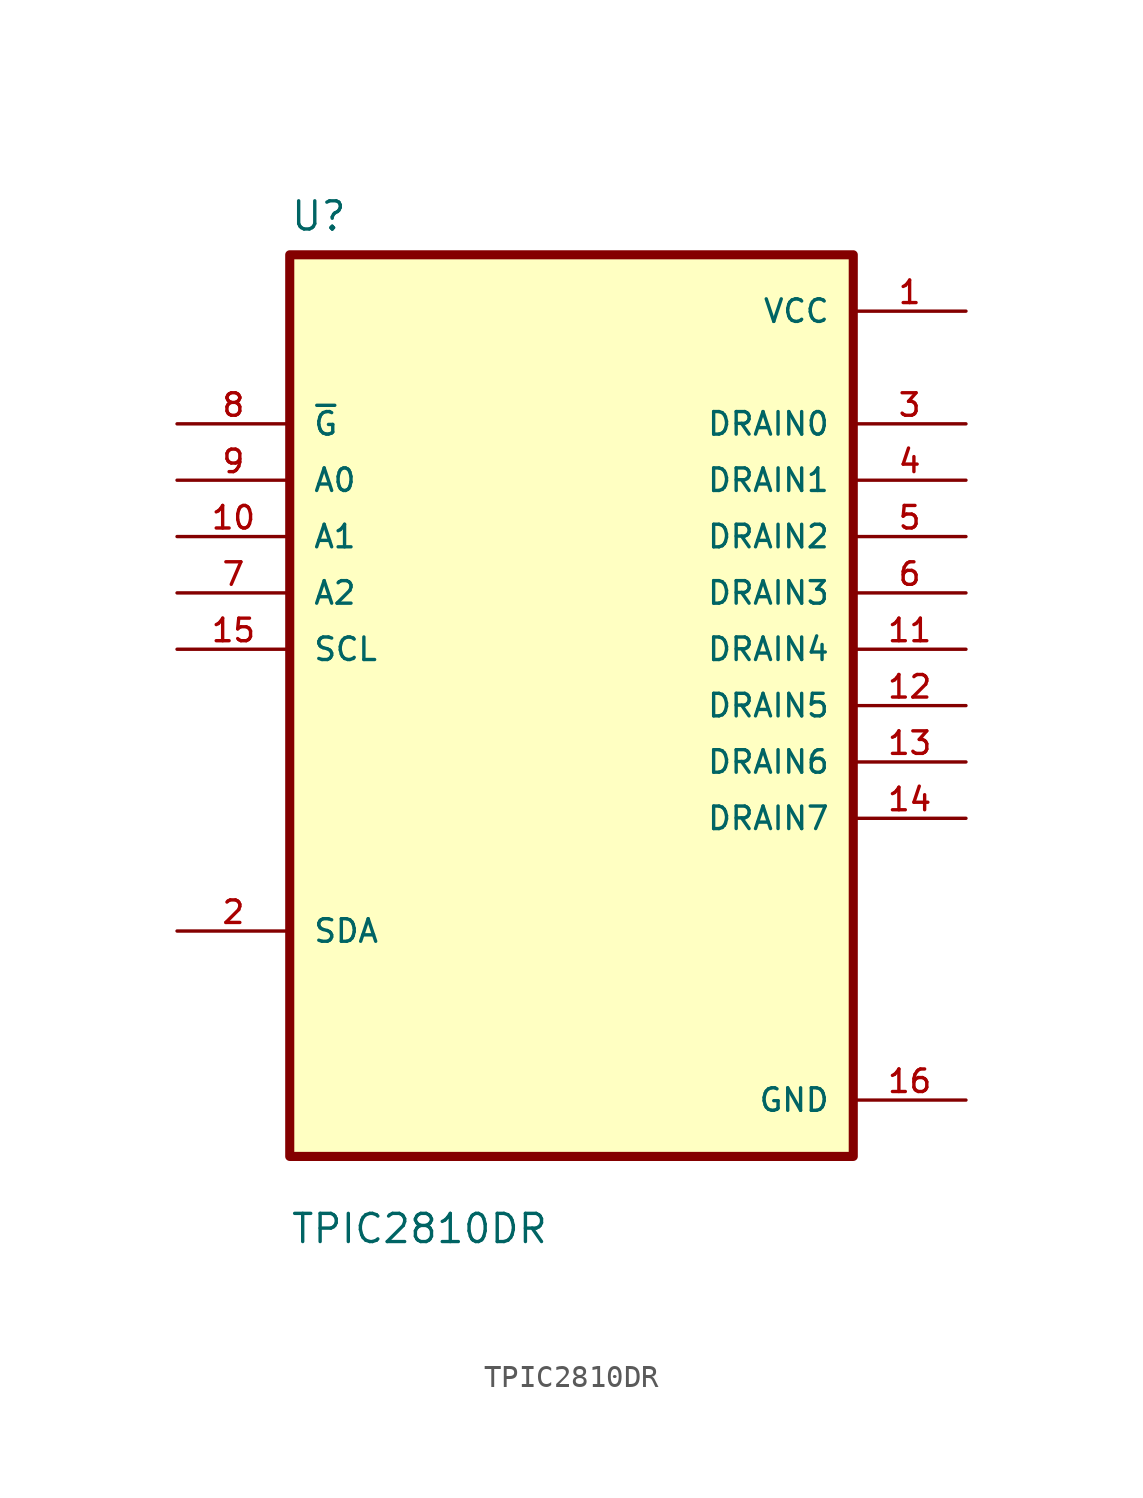
<source format=kicad_sym>
(kicad_symbol_lib
  (version 20211014)
  (generator kicad_symbol_editor)
  (symbol "TPIC2810DR"
    (pin_names
      (offset 1.016))
    (property "Reference" "U"
      (at -12.7 21.32 0.0)
      (effects (font (size 1.27 1.27)) (justify bottom left)))
    (property "Value" "TPIC2810DR"
      (at -12.7 -24.32 0.0)
      (effects (font (size 1.27 1.27)) (justify bottom left)))
    (symbol "TPIC2810DR_0_0"
      (rectangle (start -12.7 -20.32) (end 12.7 20.32) (stroke (width 0.41)) (fill (type background)))
      (pin input line (at -17.78 12.7 0) (length 5.08) (name "~{G}" (effects (font (size 1.016 1.016)))) (number "8" (effects (font (size 1.016 1.016)))))
      (pin input line (at -17.78 10.16 0) (length 5.08) (name "A0" (effects (font (size 1.016 1.016)))) (number "9" (effects (font (size 1.016 1.016)))))
      (pin input line (at -17.78 7.62 0) (length 5.08) (name "A1" (effects (font (size 1.016 1.016)))) (number "10" (effects (font (size 1.016 1.016)))))
      (pin input line (at -17.78 5.08 0) (length 5.08) (name "A2" (effects (font (size 1.016 1.016)))) (number "7" (effects (font (size 1.016 1.016)))))
      (pin input line (at -17.78 2.54 0) (length 5.08) (name "SCL" (effects (font (size 1.016 1.016)))) (number "15" (effects (font (size 1.016 1.016)))))
      (pin bidirectional line (at -17.78 -10.16 0) (length 5.08) (name "SDA" (effects (font (size 1.016 1.016)))) (number "2" (effects (font (size 1.016 1.016)))))
      (pin power_in line (at 17.78 17.78 180.0) (length 5.08) (name "VCC" (effects (font (size 1.016 1.016)))) (number "1" (effects (font (size 1.016 1.016)))))
      (pin output line (at 17.78 12.7 180.0) (length 5.08) (name "DRAIN0" (effects (font (size 1.016 1.016)))) (number "3" (effects (font (size 1.016 1.016)))))
      (pin output line (at 17.78 10.16 180.0) (length 5.08) (name "DRAIN1" (effects (font (size 1.016 1.016)))) (number "4" (effects (font (size 1.016 1.016)))))
      (pin output line (at 17.78 7.62 180.0) (length 5.08) (name "DRAIN2" (effects (font (size 1.016 1.016)))) (number "5" (effects (font (size 1.016 1.016)))))
      (pin output line (at 17.78 5.08 180.0) (length 5.08) (name "DRAIN3" (effects (font (size 1.016 1.016)))) (number "6" (effects (font (size 1.016 1.016)))))
      (pin output line (at 17.78 2.54 180.0) (length 5.08) (name "DRAIN4" (effects (font (size 1.016 1.016)))) (number "11" (effects (font (size 1.016 1.016)))))
      (pin output line (at 17.78 0.0 180.0) (length 5.08) (name "DRAIN5" (effects (font (size 1.016 1.016)))) (number "12" (effects (font (size 1.016 1.016)))))
      (pin output line (at 17.78 -2.54 180.0) (length 5.08) (name "DRAIN6" (effects (font (size 1.016 1.016)))) (number "13" (effects (font (size 1.016 1.016)))))
      (pin output line (at 17.78 -5.08 180.0) (length 5.08) (name "DRAIN7" (effects (font (size 1.016 1.016)))) (number "14" (effects (font (size 1.016 1.016)))))
      (pin power_in line (at 17.78 -17.78 180.0) (length 5.08) (name "GND" (effects (font (size 1.016 1.016)))) (number "16" (effects (font (size 1.016 1.016))))))))
</source>
